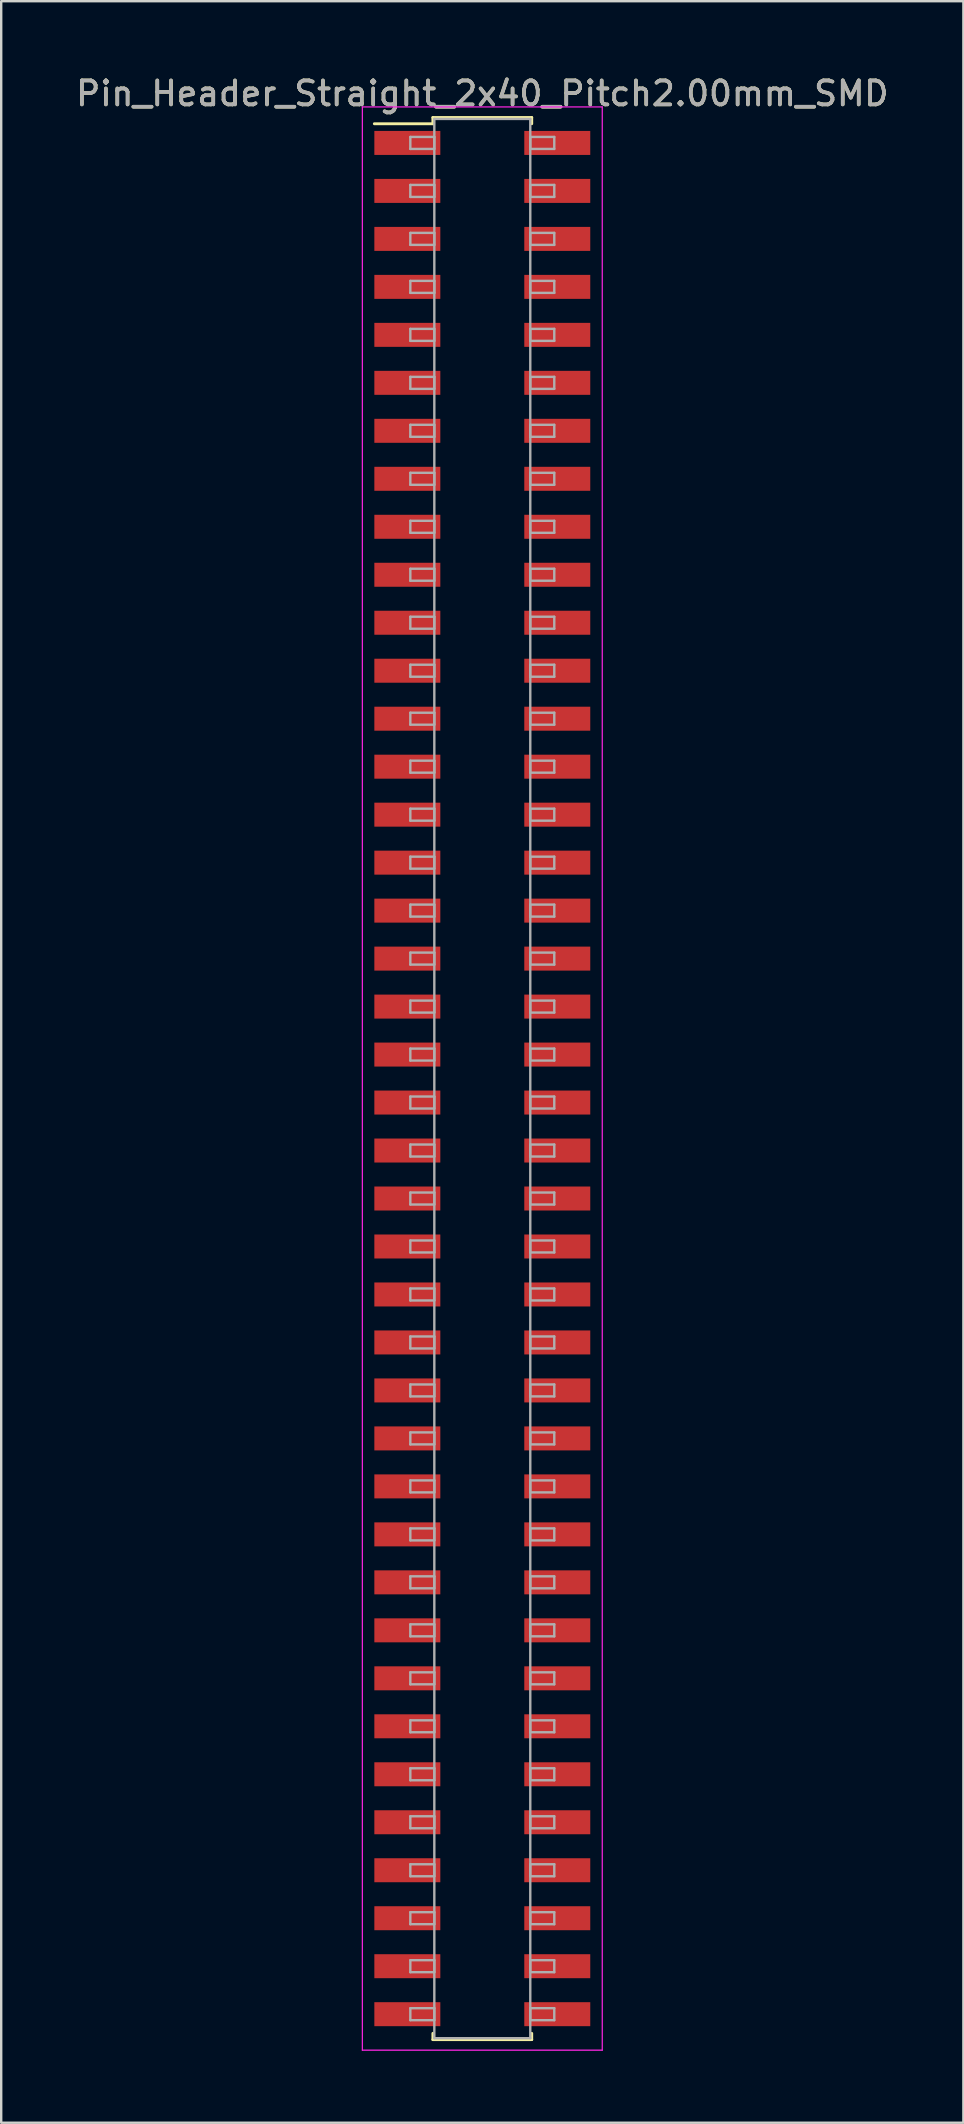
<source format=kicad_pcb>
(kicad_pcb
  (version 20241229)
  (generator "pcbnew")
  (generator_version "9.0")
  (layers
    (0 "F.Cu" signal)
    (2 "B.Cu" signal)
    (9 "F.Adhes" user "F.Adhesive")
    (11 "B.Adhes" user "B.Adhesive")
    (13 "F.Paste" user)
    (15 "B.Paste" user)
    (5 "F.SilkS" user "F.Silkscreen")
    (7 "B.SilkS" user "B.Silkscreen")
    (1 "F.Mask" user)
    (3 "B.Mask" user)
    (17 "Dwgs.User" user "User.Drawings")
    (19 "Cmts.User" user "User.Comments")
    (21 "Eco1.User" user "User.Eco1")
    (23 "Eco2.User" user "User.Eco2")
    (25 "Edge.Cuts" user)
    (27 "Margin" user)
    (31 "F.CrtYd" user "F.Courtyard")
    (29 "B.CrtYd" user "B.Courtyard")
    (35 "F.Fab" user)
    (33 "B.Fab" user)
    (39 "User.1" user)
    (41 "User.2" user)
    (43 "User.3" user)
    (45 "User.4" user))
  (footprint "Pin_Header_Straight_2x40_Pitch2.00mm_SMD"
    (layer "F.Cu")
    (at 17.054 41.908)
    (property "Reference" "Pin_Header_Straight_2x40_Pitch2.00mm_SMD" (at 0 -41.06 0) (layer "F.SilkS") (effects (font (size 1 1) (thickness 0.15))))
    (attr smd)
    (fp_line (start -4.5 -39.8) (end -2.06 -39.8) (stroke (width 0.12) (type solid)) (layer "F.SilkS"))
    (fp_line (start -2.06 -40.06) (end 2.06 -40.06) (stroke (width 0.12) (type solid)) (layer "F.SilkS"))
    (fp_line (start -2.06 -39.8) (end -2.06 -40.06) (stroke (width 0.12) (type solid)) (layer "F.SilkS"))
    (fp_line (start -2.06 39.8) (end -2.06 40.06) (stroke (width 0.12) (type solid)) (layer "F.SilkS"))
    (fp_line (start -2.06 40.06) (end 2.06 40.06) (stroke (width 0.12) (type solid)) (layer "F.SilkS"))
    (fp_line (start 2.06 -40.06) (end 2.06 -39.8) (stroke (width 0.12) (type solid)) (layer "F.SilkS"))
    (fp_line (start 2.06 40.06) (end 2.06 39.8) (stroke (width 0.12) (type solid)) (layer "F.SilkS"))
    (fp_line (start -5 -40.5) (end -5 40.5) (stroke (width 0.05) (type solid)) (layer "F.CrtYd"))
    (fp_line (start -5 40.5) (end 5 40.5) (stroke (width 0.05) (type solid)) (layer "F.CrtYd"))
    (fp_line (start 5 -40.5) (end -5 -40.5) (stroke (width 0.05) (type solid)) (layer "F.CrtYd"))
    (fp_line (start 5 40.5) (end 5 -40.5) (stroke (width 0.05) (type solid)) (layer "F.CrtYd"))
    (fp_line (start -3 -39.25) (end -2 -39.25) (stroke (width 0.1) (type solid)) (layer "F.Fab"))
    (fp_line (start -3 -38.75) (end -3 -39.25) (stroke (width 0.1) (type solid)) (layer "F.Fab"))
    (fp_line (start -3 -37.25) (end -2 -37.25) (stroke (width 0.1) (type solid)) (layer "F.Fab"))
    (fp_line (start -3 -36.75) (end -3 -37.25) (stroke (width 0.1) (type solid)) (layer "F.Fab"))
    (fp_line (start -3 -35.25) (end -2 -35.25) (stroke (width 0.1) (type solid)) (layer "F.Fab"))
    (fp_line (start -3 -34.75) (end -3 -35.25) (stroke (width 0.1) (type solid)) (layer "F.Fab"))
    (fp_line (start -3 -33.25) (end -2 -33.25) (stroke (width 0.1) (type solid)) (layer "F.Fab"))
    (fp_line (start -3 -32.75) (end -3 -33.25) (stroke (width 0.1) (type solid)) (layer "F.Fab"))
    (fp_line (start -3 -31.25) (end -2 -31.25) (stroke (width 0.1) (type solid)) (layer "F.Fab"))
    (fp_line (start -3 -30.75) (end -3 -31.25) (stroke (width 0.1) (type solid)) (layer "F.Fab"))
    (fp_line (start -3 -29.25) (end -2 -29.25) (stroke (width 0.1) (type solid)) (layer "F.Fab"))
    (fp_line (start -3 -28.75) (end -3 -29.25) (stroke (width 0.1) (type solid)) (layer "F.Fab"))
    (fp_line (start -3 -27.25) (end -2 -27.25) (stroke (width 0.1) (type solid)) (layer "F.Fab"))
    (fp_line (start -3 -26.75) (end -3 -27.25) (stroke (width 0.1) (type solid)) (layer "F.Fab"))
    (fp_line (start -3 -25.25) (end -2 -25.25) (stroke (width 0.1) (type solid)) (layer "F.Fab"))
    (fp_line (start -3 -24.75) (end -3 -25.25) (stroke (width 0.1) (type solid)) (layer "F.Fab"))
    (fp_line (start -3 -23.25) (end -2 -23.25) (stroke (width 0.1) (type solid)) (layer "F.Fab"))
    (fp_line (start -3 -22.75) (end -3 -23.25) (stroke (width 0.1) (type solid)) (layer "F.Fab"))
    (fp_line (start -3 -21.25) (end -2 -21.25) (stroke (width 0.1) (type solid)) (layer "F.Fab"))
    (fp_line (start -3 -20.75) (end -3 -21.25) (stroke (width 0.1) (type solid)) (layer "F.Fab"))
    (fp_line (start -3 -19.25) (end -2 -19.25) (stroke (width 0.1) (type solid)) (layer "F.Fab"))
    (fp_line (start -3 -18.75) (end -3 -19.25) (stroke (width 0.1) (type solid)) (layer "F.Fab"))
    (fp_line (start -3 -17.25) (end -2 -17.25) (stroke (width 0.1) (type solid)) (layer "F.Fab"))
    (fp_line (start -3 -16.75) (end -3 -17.25) (stroke (width 0.1) (type solid)) (layer "F.Fab"))
    (fp_line (start -3 -15.25) (end -2 -15.25) (stroke (width 0.1) (type solid)) (layer "F.Fab"))
    (fp_line (start -3 -14.75) (end -3 -15.25) (stroke (width 0.1) (type solid)) (layer "F.Fab"))
    (fp_line (start -3 -13.25) (end -2 -13.25) (stroke (width 0.1) (type solid)) (layer "F.Fab"))
    (fp_line (start -3 -12.75) (end -3 -13.25) (stroke (width 0.1) (type solid)) (layer "F.Fab"))
    (fp_line (start -3 -11.25) (end -2 -11.25) (stroke (width 0.1) (type solid)) (layer "F.Fab"))
    (fp_line (start -3 -10.75) (end -3 -11.25) (stroke (width 0.1) (type solid)) (layer "F.Fab"))
    (fp_line (start -3 -9.25) (end -2 -9.25) (stroke (width 0.1) (type solid)) (layer "F.Fab"))
    (fp_line (start -3 -8.75) (end -3 -9.25) (stroke (width 0.1) (type solid)) (layer "F.Fab"))
    (fp_line (start -3 -7.25) (end -2 -7.25) (stroke (width 0.1) (type solid)) (layer "F.Fab"))
    (fp_line (start -3 -6.75) (end -3 -7.25) (stroke (width 0.1) (type solid)) (layer "F.Fab"))
    (fp_line (start -3 -5.25) (end -2 -5.25) (stroke (width 0.1) (type solid)) (layer "F.Fab"))
    (fp_line (start -3 -4.75) (end -3 -5.25) (stroke (width 0.1) (type solid)) (layer "F.Fab"))
    (fp_line (start -3 -3.25) (end -2 -3.25) (stroke (width 0.1) (type solid)) (layer "F.Fab"))
    (fp_line (start -3 -2.75) (end -3 -3.25) (stroke (width 0.1) (type solid)) (layer "F.Fab"))
    (fp_line (start -3 -1.25) (end -2 -1.25) (stroke (width 0.1) (type solid)) (layer "F.Fab"))
    (fp_line (start -3 -0.75) (end -3 -1.25) (stroke (width 0.1) (type solid)) (layer "F.Fab"))
    (fp_line (start -3 0.75) (end -2 0.75) (stroke (width 0.1) (type solid)) (layer "F.Fab"))
    (fp_line (start -3 1.25) (end -3 0.75) (stroke (width 0.1) (type solid)) (layer "F.Fab"))
    (fp_line (start -3 2.75) (end -2 2.75) (stroke (width 0.1) (type solid)) (layer "F.Fab"))
    (fp_line (start -3 3.25) (end -3 2.75) (stroke (width 0.1) (type solid)) (layer "F.Fab"))
    (fp_line (start -3 4.75) (end -2 4.75) (stroke (width 0.1) (type solid)) (layer "F.Fab"))
    (fp_line (start -3 5.25) (end -3 4.75) (stroke (width 0.1) (type solid)) (layer "F.Fab"))
    (fp_line (start -3 6.75) (end -2 6.75) (stroke (width 0.1) (type solid)) (layer "F.Fab"))
    (fp_line (start -3 7.25) (end -3 6.75) (stroke (width 0.1) (type solid)) (layer "F.Fab"))
    (fp_line (start -3 8.75) (end -2 8.75) (stroke (width 0.1) (type solid)) (layer "F.Fab"))
    (fp_line (start -3 9.25) (end -3 8.75) (stroke (width 0.1) (type solid)) (layer "F.Fab"))
    (fp_line (start -3 10.75) (end -2 10.75) (stroke (width 0.1) (type solid)) (layer "F.Fab"))
    (fp_line (start -3 11.25) (end -3 10.75) (stroke (width 0.1) (type solid)) (layer "F.Fab"))
    (fp_line (start -3 12.75) (end -2 12.75) (stroke (width 0.1) (type solid)) (layer "F.Fab"))
    (fp_line (start -3 13.25) (end -3 12.75) (stroke (width 0.1) (type solid)) (layer "F.Fab"))
    (fp_line (start -3 14.75) (end -2 14.75) (stroke (width 0.1) (type solid)) (layer "F.Fab"))
    (fp_line (start -3 15.25) (end -3 14.75) (stroke (width 0.1) (type solid)) (layer "F.Fab"))
    (fp_line (start -3 16.75) (end -2 16.75) (stroke (width 0.1) (type solid)) (layer "F.Fab"))
    (fp_line (start -3 17.25) (end -3 16.75) (stroke (width 0.1) (type solid)) (layer "F.Fab"))
    (fp_line (start -3 18.75) (end -2 18.75) (stroke (width 0.1) (type solid)) (layer "F.Fab"))
    (fp_line (start -3 19.25) (end -3 18.75) (stroke (width 0.1) (type solid)) (layer "F.Fab"))
    (fp_line (start -3 20.75) (end -2 20.75) (stroke (width 0.1) (type solid)) (layer "F.Fab"))
    (fp_line (start -3 21.25) (end -3 20.75) (stroke (width 0.1) (type solid)) (layer "F.Fab"))
    (fp_line (start -3 22.75) (end -2 22.75) (stroke (width 0.1) (type solid)) (layer "F.Fab"))
    (fp_line (start -3 23.25) (end -3 22.75) (stroke (width 0.1) (type solid)) (layer "F.Fab"))
    (fp_line (start -3 24.75) (end -2 24.75) (stroke (width 0.1) (type solid)) (layer "F.Fab"))
    (fp_line (start -3 25.25) (end -3 24.75) (stroke (width 0.1) (type solid)) (layer "F.Fab"))
    (fp_line (start -3 26.75) (end -2 26.75) (stroke (width 0.1) (type solid)) (layer "F.Fab"))
    (fp_line (start -3 27.25) (end -3 26.75) (stroke (width 0.1) (type solid)) (layer "F.Fab"))
    (fp_line (start -3 28.75) (end -2 28.75) (stroke (width 0.1) (type solid)) (layer "F.Fab"))
    (fp_line (start -3 29.25) (end -3 28.75) (stroke (width 0.1) (type solid)) (layer "F.Fab"))
    (fp_line (start -3 30.75) (end -2 30.75) (stroke (width 0.1) (type solid)) (layer "F.Fab"))
    (fp_line (start -3 31.25) (end -3 30.75) (stroke (width 0.1) (type solid)) (layer "F.Fab"))
    (fp_line (start -3 32.75) (end -2 32.75) (stroke (width 0.1) (type solid)) (layer "F.Fab"))
    (fp_line (start -3 33.25) (end -3 32.75) (stroke (width 0.1) (type solid)) (layer "F.Fab"))
    (fp_line (start -3 34.75) (end -2 34.75) (stroke (width 0.1) (type solid)) (layer "F.Fab"))
    (fp_line (start -3 35.25) (end -3 34.75) (stroke (width 0.1) (type solid)) (layer "F.Fab"))
    (fp_line (start -3 36.75) (end -2 36.75) (stroke (width 0.1) (type solid)) (layer "F.Fab"))
    (fp_line (start -3 37.25) (end -3 36.75) (stroke (width 0.1) (type solid)) (layer "F.Fab"))
    (fp_line (start -3 38.75) (end -2 38.75) (stroke (width 0.1) (type solid)) (layer "F.Fab"))
    (fp_line (start -3 39.25) (end -3 38.75) (stroke (width 0.1) (type solid)) (layer "F.Fab"))
    (fp_line (start -2 -40) (end -2 40) (stroke (width 0.1) (type solid)) (layer "F.Fab"))
    (fp_line (start -2 -39.25) (end -2 -38.75) (stroke (width 0.1) (type solid)) (layer "F.Fab"))
    (fp_line (start -2 -38.75) (end -3 -38.75) (stroke (width 0.1) (type solid)) (layer "F.Fab"))
    (fp_line (start -2 -37.25) (end -2 -36.75) (stroke (width 0.1) (type solid)) (layer "F.Fab"))
    (fp_line (start -2 -36.75) (end -3 -36.75) (stroke (width 0.1) (type solid)) (layer "F.Fab"))
    (fp_line (start -2 -35.25) (end -2 -34.75) (stroke (width 0.1) (type solid)) (layer "F.Fab"))
    (fp_line (start -2 -34.75) (end -3 -34.75) (stroke (width 0.1) (type solid)) (layer "F.Fab"))
    (fp_line (start -2 -33.25) (end -2 -32.75) (stroke (width 0.1) (type solid)) (layer "F.Fab"))
    (fp_line (start -2 -32.75) (end -3 -32.75) (stroke (width 0.1) (type solid)) (layer "F.Fab"))
    (fp_line (start -2 -31.25) (end -2 -30.75) (stroke (width 0.1) (type solid)) (layer "F.Fab"))
    (fp_line (start -2 -30.75) (end -3 -30.75) (stroke (width 0.1) (type solid)) (layer "F.Fab"))
    (fp_line (start -2 -29.25) (end -2 -28.75) (stroke (width 0.1) (type solid)) (layer "F.Fab"))
    (fp_line (start -2 -28.75) (end -3 -28.75) (stroke (width 0.1) (type solid)) (layer "F.Fab"))
    (fp_line (start -2 -27.25) (end -2 -26.75) (stroke (width 0.1) (type solid)) (layer "F.Fab"))
    (fp_line (start -2 -26.75) (end -3 -26.75) (stroke (width 0.1) (type solid)) (layer "F.Fab"))
    (fp_line (start -2 -25.25) (end -2 -24.75) (stroke (width 0.1) (type solid)) (layer "F.Fab"))
    (fp_line (start -2 -24.75) (end -3 -24.75) (stroke (width 0.1) (type solid)) (layer "F.Fab"))
    (fp_line (start -2 -23.25) (end -2 -22.75) (stroke (width 0.1) (type solid)) (layer "F.Fab"))
    (fp_line (start -2 -22.75) (end -3 -22.75) (stroke (width 0.1) (type solid)) (layer "F.Fab"))
    (fp_line (start -2 -21.25) (end -2 -20.75) (stroke (width 0.1) (type solid)) (layer "F.Fab"))
    (fp_line (start -2 -20.75) (end -3 -20.75) (stroke (width 0.1) (type solid)) (layer "F.Fab"))
    (fp_line (start -2 -19.25) (end -2 -18.75) (stroke (width 0.1) (type solid)) (layer "F.Fab"))
    (fp_line (start -2 -18.75) (end -3 -18.75) (stroke (width 0.1) (type solid)) (layer "F.Fab"))
    (fp_line (start -2 -17.25) (end -2 -16.75) (stroke (width 0.1) (type solid)) (layer "F.Fab"))
    (fp_line (start -2 -16.75) (end -3 -16.75) (stroke (width 0.1) (type solid)) (layer "F.Fab"))
    (fp_line (start -2 -15.25) (end -2 -14.75) (stroke (width 0.1) (type solid)) (layer "F.Fab"))
    (fp_line (start -2 -14.75) (end -3 -14.75) (stroke (width 0.1) (type solid)) (layer "F.Fab"))
    (fp_line (start -2 -13.25) (end -2 -12.75) (stroke (width 0.1) (type solid)) (layer "F.Fab"))
    (fp_line (start -2 -12.75) (end -3 -12.75) (stroke (width 0.1) (type solid)) (layer "F.Fab"))
    (fp_line (start -2 -11.25) (end -2 -10.75) (stroke (width 0.1) (type solid)) (layer "F.Fab"))
    (fp_line (start -2 -10.75) (end -3 -10.75) (stroke (width 0.1) (type solid)) (layer "F.Fab"))
    (fp_line (start -2 -9.25) (end -2 -8.75) (stroke (width 0.1) (type solid)) (layer "F.Fab"))
    (fp_line (start -2 -8.75) (end -3 -8.75) (stroke (width 0.1) (type solid)) (layer "F.Fab"))
    (fp_line (start -2 -7.25) (end -2 -6.75) (stroke (width 0.1) (type solid)) (layer "F.Fab"))
    (fp_line (start -2 -6.75) (end -3 -6.75) (stroke (width 0.1) (type solid)) (layer "F.Fab"))
    (fp_line (start -2 -5.25) (end -2 -4.75) (stroke (width 0.1) (type solid)) (layer "F.Fab"))
    (fp_line (start -2 -4.75) (end -3 -4.75) (stroke (width 0.1) (type solid)) (layer "F.Fab"))
    (fp_line (start -2 -3.25) (end -2 -2.75) (stroke (width 0.1) (type solid)) (layer "F.Fab"))
    (fp_line (start -2 -2.75) (end -3 -2.75) (stroke (width 0.1) (type solid)) (layer "F.Fab"))
    (fp_line (start -2 -1.25) (end -2 -0.75) (stroke (width 0.1) (type solid)) (layer "F.Fab"))
    (fp_line (start -2 -0.75) (end -3 -0.75) (stroke (width 0.1) (type solid)) (layer "F.Fab"))
    (fp_line (start -2 0.75) (end -2 1.25) (stroke (width 0.1) (type solid)) (layer "F.Fab"))
    (fp_line (start -2 1.25) (end -3 1.25) (stroke (width 0.1) (type solid)) (layer "F.Fab"))
    (fp_line (start -2 2.75) (end -2 3.25) (stroke (width 0.1) (type solid)) (layer "F.Fab"))
    (fp_line (start -2 3.25) (end -3 3.25) (stroke (width 0.1) (type solid)) (layer "F.Fab"))
    (fp_line (start -2 4.75) (end -2 5.25) (stroke (width 0.1) (type solid)) (layer "F.Fab"))
    (fp_line (start -2 5.25) (end -3 5.25) (stroke (width 0.1) (type solid)) (layer "F.Fab"))
    (fp_line (start -2 6.75) (end -2 7.25) (stroke (width 0.1) (type solid)) (layer "F.Fab"))
    (fp_line (start -2 7.25) (end -3 7.25) (stroke (width 0.1) (type solid)) (layer "F.Fab"))
    (fp_line (start -2 8.75) (end -2 9.25) (stroke (width 0.1) (type solid)) (layer "F.Fab"))
    (fp_line (start -2 9.25) (end -3 9.25) (stroke (width 0.1) (type solid)) (layer "F.Fab"))
    (fp_line (start -2 10.75) (end -2 11.25) (stroke (width 0.1) (type solid)) (layer "F.Fab"))
    (fp_line (start -2 11.25) (end -3 11.25) (stroke (width 0.1) (type solid)) (layer "F.Fab"))
    (fp_line (start -2 12.75) (end -2 13.25) (stroke (width 0.1) (type solid)) (layer "F.Fab"))
    (fp_line (start -2 13.25) (end -3 13.25) (stroke (width 0.1) (type solid)) (layer "F.Fab"))
    (fp_line (start -2 14.75) (end -2 15.25) (stroke (width 0.1) (type solid)) (layer "F.Fab"))
    (fp_line (start -2 15.25) (end -3 15.25) (stroke (width 0.1) (type solid)) (layer "F.Fab"))
    (fp_line (start -2 16.75) (end -2 17.25) (stroke (width 0.1) (type solid)) (layer "F.Fab"))
    (fp_line (start -2 17.25) (end -3 17.25) (stroke (width 0.1) (type solid)) (layer "F.Fab"))
    (fp_line (start -2 18.75) (end -2 19.25) (stroke (width 0.1) (type solid)) (layer "F.Fab"))
    (fp_line (start -2 19.25) (end -3 19.25) (stroke (width 0.1) (type solid)) (layer "F.Fab"))
    (fp_line (start -2 20.75) (end -2 21.25) (stroke (width 0.1) (type solid)) (layer "F.Fab"))
    (fp_line (start -2 21.25) (end -3 21.25) (stroke (width 0.1) (type solid)) (layer "F.Fab"))
    (fp_line (start -2 22.75) (end -2 23.25) (stroke (width 0.1) (type solid)) (layer "F.Fab"))
    (fp_line (start -2 23.25) (end -3 23.25) (stroke (width 0.1) (type solid)) (layer "F.Fab"))
    (fp_line (start -2 24.75) (end -2 25.25) (stroke (width 0.1) (type solid)) (layer "F.Fab"))
    (fp_line (start -2 25.25) (end -3 25.25) (stroke (width 0.1) (type solid)) (layer "F.Fab"))
    (fp_line (start -2 26.75) (end -2 27.25) (stroke (width 0.1) (type solid)) (layer "F.Fab"))
    (fp_line (start -2 27.25) (end -3 27.25) (stroke (width 0.1) (type solid)) (layer "F.Fab"))
    (fp_line (start -2 28.75) (end -2 29.25) (stroke (width 0.1) (type solid)) (layer "F.Fab"))
    (fp_line (start -2 29.25) (end -3 29.25) (stroke (width 0.1) (type solid)) (layer "F.Fab"))
    (fp_line (start -2 30.75) (end -2 31.25) (stroke (width 0.1) (type solid)) (layer "F.Fab"))
    (fp_line (start -2 31.25) (end -3 31.25) (stroke (width 0.1) (type solid)) (layer "F.Fab"))
    (fp_line (start -2 32.75) (end -2 33.25) (stroke (width 0.1) (type solid)) (layer "F.Fab"))
    (fp_line (start -2 33.25) (end -3 33.25) (stroke (width 0.1) (type solid)) (layer "F.Fab"))
    (fp_line (start -2 34.75) (end -2 35.25) (stroke (width 0.1) (type solid)) (layer "F.Fab"))
    (fp_line (start -2 35.25) (end -3 35.25) (stroke (width 0.1) (type solid)) (layer "F.Fab"))
    (fp_line (start -2 36.75) (end -2 37.25) (stroke (width 0.1) (type solid)) (layer "F.Fab"))
    (fp_line (start -2 37.25) (end -3 37.25) (stroke (width 0.1) (type solid)) (layer "F.Fab"))
    (fp_line (start -2 38.75) (end -2 39.25) (stroke (width 0.1) (type solid)) (layer "F.Fab"))
    (fp_line (start -2 39.25) (end -3 39.25) (stroke (width 0.1) (type solid)) (layer "F.Fab"))
    (fp_line (start -2 40) (end 2 40) (stroke (width 0.1) (type solid)) (layer "F.Fab"))
    (fp_line (start 2 -40) (end -2 -40) (stroke (width 0.1) (type solid)) (layer "F.Fab"))
    (fp_line (start 2 -39.25) (end 2 -38.75) (stroke (width 0.1) (type solid)) (layer "F.Fab"))
    (fp_line (start 2 -38.75) (end 3 -38.75) (stroke (width 0.1) (type solid)) (layer "F.Fab"))
    (fp_line (start 2 -37.25) (end 2 -36.75) (stroke (width 0.1) (type solid)) (layer "F.Fab"))
    (fp_line (start 2 -36.75) (end 3 -36.75) (stroke (width 0.1) (type solid)) (layer "F.Fab"))
    (fp_line (start 2 -35.25) (end 2 -34.75) (stroke (width 0.1) (type solid)) (layer "F.Fab"))
    (fp_line (start 2 -34.75) (end 3 -34.75) (stroke (width 0.1) (type solid)) (layer "F.Fab"))
    (fp_line (start 2 -33.25) (end 2 -32.75) (stroke (width 0.1) (type solid)) (layer "F.Fab"))
    (fp_line (start 2 -32.75) (end 3 -32.75) (stroke (width 0.1) (type solid)) (layer "F.Fab"))
    (fp_line (start 2 -31.25) (end 2 -30.75) (stroke (width 0.1) (type solid)) (layer "F.Fab"))
    (fp_line (start 2 -30.75) (end 3 -30.75) (stroke (width 0.1) (type solid)) (layer "F.Fab"))
    (fp_line (start 2 -29.25) (end 2 -28.75) (stroke (width 0.1) (type solid)) (layer "F.Fab"))
    (fp_line (start 2 -28.75) (end 3 -28.75) (stroke (width 0.1) (type solid)) (layer "F.Fab"))
    (fp_line (start 2 -27.25) (end 2 -26.75) (stroke (width 0.1) (type solid)) (layer "F.Fab"))
    (fp_line (start 2 -26.75) (end 3 -26.75) (stroke (width 0.1) (type solid)) (layer "F.Fab"))
    (fp_line (start 2 -25.25) (end 2 -24.75) (stroke (width 0.1) (type solid)) (layer "F.Fab"))
    (fp_line (start 2 -24.75) (end 3 -24.75) (stroke (width 0.1) (type solid)) (layer "F.Fab"))
    (fp_line (start 2 -23.25) (end 2 -22.75) (stroke (width 0.1) (type solid)) (layer "F.Fab"))
    (fp_line (start 2 -22.75) (end 3 -22.75) (stroke (width 0.1) (type solid)) (layer "F.Fab"))
    (fp_line (start 2 -21.25) (end 2 -20.75) (stroke (width 0.1) (type solid)) (layer "F.Fab"))
    (fp_line (start 2 -20.75) (end 3 -20.75) (stroke (width 0.1) (type solid)) (layer "F.Fab"))
    (fp_line (start 2 -19.25) (end 2 -18.75) (stroke (width 0.1) (type solid)) (layer "F.Fab"))
    (fp_line (start 2 -18.75) (end 3 -18.75) (stroke (width 0.1) (type solid)) (layer "F.Fab"))
    (fp_line (start 2 -17.25) (end 2 -16.75) (stroke (width 0.1) (type solid)) (layer "F.Fab"))
    (fp_line (start 2 -16.75) (end 3 -16.75) (stroke (width 0.1) (type solid)) (layer "F.Fab"))
    (fp_line (start 2 -15.25) (end 2 -14.75) (stroke (width 0.1) (type solid)) (layer "F.Fab"))
    (fp_line (start 2 -14.75) (end 3 -14.75) (stroke (width 0.1) (type solid)) (layer "F.Fab"))
    (fp_line (start 2 -13.25) (end 2 -12.75) (stroke (width 0.1) (type solid)) (layer "F.Fab"))
    (fp_line (start 2 -12.75) (end 3 -12.75) (stroke (width 0.1) (type solid)) (layer "F.Fab"))
    (fp_line (start 2 -11.25) (end 2 -10.75) (stroke (width 0.1) (type solid)) (layer "F.Fab"))
    (fp_line (start 2 -10.75) (end 3 -10.75) (stroke (width 0.1) (type solid)) (layer "F.Fab"))
    (fp_line (start 2 -9.25) (end 2 -8.75) (stroke (width 0.1) (type solid)) (layer "F.Fab"))
    (fp_line (start 2 -8.75) (end 3 -8.75) (stroke (width 0.1) (type solid)) (layer "F.Fab"))
    (fp_line (start 2 -7.25) (end 2 -6.75) (stroke (width 0.1) (type solid)) (layer "F.Fab"))
    (fp_line (start 2 -6.75) (end 3 -6.75) (stroke (width 0.1) (type solid)) (layer "F.Fab"))
    (fp_line (start 2 -5.25) (end 2 -4.75) (stroke (width 0.1) (type solid)) (layer "F.Fab"))
    (fp_line (start 2 -4.75) (end 3 -4.75) (stroke (width 0.1) (type solid)) (layer "F.Fab"))
    (fp_line (start 2 -3.25) (end 2 -2.75) (stroke (width 0.1) (type solid)) (layer "F.Fab"))
    (fp_line (start 2 -2.75) (end 3 -2.75) (stroke (width 0.1) (type solid)) (layer "F.Fab"))
    (fp_line (start 2 -1.25) (end 2 -0.75) (stroke (width 0.1) (type solid)) (layer "F.Fab"))
    (fp_line (start 2 -0.75) (end 3 -0.75) (stroke (width 0.1) (type solid)) (layer "F.Fab"))
    (fp_line (start 2 0.75) (end 2 1.25) (stroke (width 0.1) (type solid)) (layer "F.Fab"))
    (fp_line (start 2 1.25) (end 3 1.25) (stroke (width 0.1) (type solid)) (layer "F.Fab"))
    (fp_line (start 2 2.75) (end 2 3.25) (stroke (width 0.1) (type solid)) (layer "F.Fab"))
    (fp_line (start 2 3.25) (end 3 3.25) (stroke (width 0.1) (type solid)) (layer "F.Fab"))
    (fp_line (start 2 4.75) (end 2 5.25) (stroke (width 0.1) (type solid)) (layer "F.Fab"))
    (fp_line (start 2 5.25) (end 3 5.25) (stroke (width 0.1) (type solid)) (layer "F.Fab"))
    (fp_line (start 2 6.75) (end 2 7.25) (stroke (width 0.1) (type solid)) (layer "F.Fab"))
    (fp_line (start 2 7.25) (end 3 7.25) (stroke (width 0.1) (type solid)) (layer "F.Fab"))
    (fp_line (start 2 8.75) (end 2 9.25) (stroke (width 0.1) (type solid)) (layer "F.Fab"))
    (fp_line (start 2 9.25) (end 3 9.25) (stroke (width 0.1) (type solid)) (layer "F.Fab"))
    (fp_line (start 2 10.75) (end 2 11.25) (stroke (width 0.1) (type solid)) (layer "F.Fab"))
    (fp_line (start 2 11.25) (end 3 11.25) (stroke (width 0.1) (type solid)) (layer "F.Fab"))
    (fp_line (start 2 12.75) (end 2 13.25) (stroke (width 0.1) (type solid)) (layer "F.Fab"))
    (fp_line (start 2 13.25) (end 3 13.25) (stroke (width 0.1) (type solid)) (layer "F.Fab"))
    (fp_line (start 2 14.75) (end 2 15.25) (stroke (width 0.1) (type solid)) (layer "F.Fab"))
    (fp_line (start 2 15.25) (end 3 15.25) (stroke (width 0.1) (type solid)) (layer "F.Fab"))
    (fp_line (start 2 16.75) (end 2 17.25) (stroke (width 0.1) (type solid)) (layer "F.Fab"))
    (fp_line (start 2 17.25) (end 3 17.25) (stroke (width 0.1) (type solid)) (layer "F.Fab"))
    (fp_line (start 2 18.75) (end 2 19.25) (stroke (width 0.1) (type solid)) (layer "F.Fab"))
    (fp_line (start 2 19.25) (end 3 19.25) (stroke (width 0.1) (type solid)) (layer "F.Fab"))
    (fp_line (start 2 20.75) (end 2 21.25) (stroke (width 0.1) (type solid)) (layer "F.Fab"))
    (fp_line (start 2 21.25) (end 3 21.25) (stroke (width 0.1) (type solid)) (layer "F.Fab"))
    (fp_line (start 2 22.75) (end 2 23.25) (stroke (width 0.1) (type solid)) (layer "F.Fab"))
    (fp_line (start 2 23.25) (end 3 23.25) (stroke (width 0.1) (type solid)) (layer "F.Fab"))
    (fp_line (start 2 24.75) (end 2 25.25) (stroke (width 0.1) (type solid)) (layer "F.Fab"))
    (fp_line (start 2 25.25) (end 3 25.25) (stroke (width 0.1) (type solid)) (layer "F.Fab"))
    (fp_line (start 2 26.75) (end 2 27.25) (stroke (width 0.1) (type solid)) (layer "F.Fab"))
    (fp_line (start 2 27.25) (end 3 27.25) (stroke (width 0.1) (type solid)) (layer "F.Fab"))
    (fp_line (start 2 28.75) (end 2 29.25) (stroke (width 0.1) (type solid)) (layer "F.Fab"))
    (fp_line (start 2 29.25) (end 3 29.25) (stroke (width 0.1) (type solid)) (layer "F.Fab"))
    (fp_line (start 2 30.75) (end 2 31.25) (stroke (width 0.1) (type solid)) (layer "F.Fab"))
    (fp_line (start 2 31.25) (end 3 31.25) (stroke (width 0.1) (type solid)) (layer "F.Fab"))
    (fp_line (start 2 32.75) (end 2 33.25) (stroke (width 0.1) (type solid)) (layer "F.Fab"))
    (fp_line (start 2 33.25) (end 3 33.25) (stroke (width 0.1) (type solid)) (layer "F.Fab"))
    (fp_line (start 2 34.75) (end 2 35.25) (stroke (width 0.1) (type solid)) (layer "F.Fab"))
    (fp_line (start 2 35.25) (end 3 35.25) (stroke (width 0.1) (type solid)) (layer "F.Fab"))
    (fp_line (start 2 36.75) (end 2 37.25) (stroke (width 0.1) (type solid)) (layer "F.Fab"))
    (fp_line (start 2 37.25) (end 3 37.25) (stroke (width 0.1) (type solid)) (layer "F.Fab"))
    (fp_line (start 2 38.75) (end 2 39.25) (stroke (width 0.1) (type solid)) (layer "F.Fab"))
    (fp_line (start 2 39.25) (end 3 39.25) (stroke (width 0.1) (type solid)) (layer "F.Fab"))
    (fp_line (start 2 40) (end 2 -40) (stroke (width 0.1) (type solid)) (layer "F.Fab"))
    (fp_line (start 3 -39.25) (end 2 -39.25) (stroke (width 0.1) (type solid)) (layer "F.Fab"))
    (fp_line (start 3 -38.75) (end 3 -39.25) (stroke (width 0.1) (type solid)) (layer "F.Fab"))
    (fp_line (start 3 -37.25) (end 2 -37.25) (stroke (width 0.1) (type solid)) (layer "F.Fab"))
    (fp_line (start 3 -36.75) (end 3 -37.25) (stroke (width 0.1) (type solid)) (layer "F.Fab"))
    (fp_line (start 3 -35.25) (end 2 -35.25) (stroke (width 0.1) (type solid)) (layer "F.Fab"))
    (fp_line (start 3 -34.75) (end 3 -35.25) (stroke (width 0.1) (type solid)) (layer "F.Fab"))
    (fp_line (start 3 -33.25) (end 2 -33.25) (stroke (width 0.1) (type solid)) (layer "F.Fab"))
    (fp_line (start 3 -32.75) (end 3 -33.25) (stroke (width 0.1) (type solid)) (layer "F.Fab"))
    (fp_line (start 3 -31.25) (end 2 -31.25) (stroke (width 0.1) (type solid)) (layer "F.Fab"))
    (fp_line (start 3 -30.75) (end 3 -31.25) (stroke (width 0.1) (type solid)) (layer "F.Fab"))
    (fp_line (start 3 -29.25) (end 2 -29.25) (stroke (width 0.1) (type solid)) (layer "F.Fab"))
    (fp_line (start 3 -28.75) (end 3 -29.25) (stroke (width 0.1) (type solid)) (layer "F.Fab"))
    (fp_line (start 3 -27.25) (end 2 -27.25) (stroke (width 0.1) (type solid)) (layer "F.Fab"))
    (fp_line (start 3 -26.75) (end 3 -27.25) (stroke (width 0.1) (type solid)) (layer "F.Fab"))
    (fp_line (start 3 -25.25) (end 2 -25.25) (stroke (width 0.1) (type solid)) (layer "F.Fab"))
    (fp_line (start 3 -24.75) (end 3 -25.25) (stroke (width 0.1) (type solid)) (layer "F.Fab"))
    (fp_line (start 3 -23.25) (end 2 -23.25) (stroke (width 0.1) (type solid)) (layer "F.Fab"))
    (fp_line (start 3 -22.75) (end 3 -23.25) (stroke (width 0.1) (type solid)) (layer "F.Fab"))
    (fp_line (start 3 -21.25) (end 2 -21.25) (stroke (width 0.1) (type solid)) (layer "F.Fab"))
    (fp_line (start 3 -20.75) (end 3 -21.25) (stroke (width 0.1) (type solid)) (layer "F.Fab"))
    (fp_line (start 3 -19.25) (end 2 -19.25) (stroke (width 0.1) (type solid)) (layer "F.Fab"))
    (fp_line (start 3 -18.75) (end 3 -19.25) (stroke (width 0.1) (type solid)) (layer "F.Fab"))
    (fp_line (start 3 -17.25) (end 2 -17.25) (stroke (width 0.1) (type solid)) (layer "F.Fab"))
    (fp_line (start 3 -16.75) (end 3 -17.25) (stroke (width 0.1) (type solid)) (layer "F.Fab"))
    (fp_line (start 3 -15.25) (end 2 -15.25) (stroke (width 0.1) (type solid)) (layer "F.Fab"))
    (fp_line (start 3 -14.75) (end 3 -15.25) (stroke (width 0.1) (type solid)) (layer "F.Fab"))
    (fp_line (start 3 -13.25) (end 2 -13.25) (stroke (width 0.1) (type solid)) (layer "F.Fab"))
    (fp_line (start 3 -12.75) (end 3 -13.25) (stroke (width 0.1) (type solid)) (layer "F.Fab"))
    (fp_line (start 3 -11.25) (end 2 -11.25) (stroke (width 0.1) (type solid)) (layer "F.Fab"))
    (fp_line (start 3 -10.75) (end 3 -11.25) (stroke (width 0.1) (type solid)) (layer "F.Fab"))
    (fp_line (start 3 -9.25) (end 2 -9.25) (stroke (width 0.1) (type solid)) (layer "F.Fab"))
    (fp_line (start 3 -8.75) (end 3 -9.25) (stroke (width 0.1) (type solid)) (layer "F.Fab"))
    (fp_line (start 3 -7.25) (end 2 -7.25) (stroke (width 0.1) (type solid)) (layer "F.Fab"))
    (fp_line (start 3 -6.75) (end 3 -7.25) (stroke (width 0.1) (type solid)) (layer "F.Fab"))
    (fp_line (start 3 -5.25) (end 2 -5.25) (stroke (width 0.1) (type solid)) (layer "F.Fab"))
    (fp_line (start 3 -4.75) (end 3 -5.25) (stroke (width 0.1) (type solid)) (layer "F.Fab"))
    (fp_line (start 3 -3.25) (end 2 -3.25) (stroke (width 0.1) (type solid)) (layer "F.Fab"))
    (fp_line (start 3 -2.75) (end 3 -3.25) (stroke (width 0.1) (type solid)) (layer "F.Fab"))
    (fp_line (start 3 -1.25) (end 2 -1.25) (stroke (width 0.1) (type solid)) (layer "F.Fab"))
    (fp_line (start 3 -0.75) (end 3 -1.25) (stroke (width 0.1) (type solid)) (layer "F.Fab"))
    (fp_line (start 3 0.75) (end 2 0.75) (stroke (width 0.1) (type solid)) (layer "F.Fab"))
    (fp_line (start 3 1.25) (end 3 0.75) (stroke (width 0.1) (type solid)) (layer "F.Fab"))
    (fp_line (start 3 2.75) (end 2 2.75) (stroke (width 0.1) (type solid)) (layer "F.Fab"))
    (fp_line (start 3 3.25) (end 3 2.75) (stroke (width 0.1) (type solid)) (layer "F.Fab"))
    (fp_line (start 3 4.75) (end 2 4.75) (stroke (width 0.1) (type solid)) (layer "F.Fab"))
    (fp_line (start 3 5.25) (end 3 4.75) (stroke (width 0.1) (type solid)) (layer "F.Fab"))
    (fp_line (start 3 6.75) (end 2 6.75) (stroke (width 0.1) (type solid)) (layer "F.Fab"))
    (fp_line (start 3 7.25) (end 3 6.75) (stroke (width 0.1) (type solid)) (layer "F.Fab"))
    (fp_line (start 3 8.75) (end 2 8.75) (stroke (width 0.1) (type solid)) (layer "F.Fab"))
    (fp_line (start 3 9.25) (end 3 8.75) (stroke (width 0.1) (type solid)) (layer "F.Fab"))
    (fp_line (start 3 10.75) (end 2 10.75) (stroke (width 0.1) (type solid)) (layer "F.Fab"))
    (fp_line (start 3 11.25) (end 3 10.75) (stroke (width 0.1) (type solid)) (layer "F.Fab"))
    (fp_line (start 3 12.75) (end 2 12.75) (stroke (width 0.1) (type solid)) (layer "F.Fab"))
    (fp_line (start 3 13.25) (end 3 12.75) (stroke (width 0.1) (type solid)) (layer "F.Fab"))
    (fp_line (start 3 14.75) (end 2 14.75) (stroke (width 0.1) (type solid)) (layer "F.Fab"))
    (fp_line (start 3 15.25) (end 3 14.75) (stroke (width 0.1) (type solid)) (layer "F.Fab"))
    (fp_line (start 3 16.75) (end 2 16.75) (stroke (width 0.1) (type solid)) (layer "F.Fab"))
    (fp_line (start 3 17.25) (end 3 16.75) (stroke (width 0.1) (type solid)) (layer "F.Fab"))
    (fp_line (start 3 18.75) (end 2 18.75) (stroke (width 0.1) (type solid)) (layer "F.Fab"))
    (fp_line (start 3 19.25) (end 3 18.75) (stroke (width 0.1) (type solid)) (layer "F.Fab"))
    (fp_line (start 3 20.75) (end 2 20.75) (stroke (width 0.1) (type solid)) (layer "F.Fab"))
    (fp_line (start 3 21.25) (end 3 20.75) (stroke (width 0.1) (type solid)) (layer "F.Fab"))
    (fp_line (start 3 22.75) (end 2 22.75) (stroke (width 0.1) (type solid)) (layer "F.Fab"))
    (fp_line (start 3 23.25) (end 3 22.75) (stroke (width 0.1) (type solid)) (layer "F.Fab"))
    (fp_line (start 3 24.75) (end 2 24.75) (stroke (width 0.1) (type solid)) (layer "F.Fab"))
    (fp_line (start 3 25.25) (end 3 24.75) (stroke (width 0.1) (type solid)) (layer "F.Fab"))
    (fp_line (start 3 26.75) (end 2 26.75) (stroke (width 0.1) (type solid)) (layer "F.Fab"))
    (fp_line (start 3 27.25) (end 3 26.75) (stroke (width 0.1) (type solid)) (layer "F.Fab"))
    (fp_line (start 3 28.75) (end 2 28.75) (stroke (width 0.1) (type solid)) (layer "F.Fab"))
    (fp_line (start 3 29.25) (end 3 28.75) (stroke (width 0.1) (type solid)) (layer "F.Fab"))
    (fp_line (start 3 30.75) (end 2 30.75) (stroke (width 0.1) (type solid)) (layer "F.Fab"))
    (fp_line (start 3 31.25) (end 3 30.75) (stroke (width 0.1) (type solid)) (layer "F.Fab"))
    (fp_line (start 3 32.75) (end 2 32.75) (stroke (width 0.1) (type solid)) (layer "F.Fab"))
    (fp_line (start 3 33.25) (end 3 32.75) (stroke (width 0.1) (type solid)) (layer "F.Fab"))
    (fp_line (start 3 34.75) (end 2 34.75) (stroke (width 0.1) (type solid)) (layer "F.Fab"))
    (fp_line (start 3 35.25) (end 3 34.75) (stroke (width 0.1) (type solid)) (layer "F.Fab"))
    (fp_line (start 3 36.75) (end 2 36.75) (stroke (width 0.1) (type solid)) (layer "F.Fab"))
    (fp_line (start 3 37.25) (end 3 36.75) (stroke (width 0.1) (type solid)) (layer "F.Fab"))
    (fp_line (start 3 38.75) (end 2 38.75) (stroke (width 0.1) (type solid)) (layer "F.Fab"))
    (fp_line (start 3 39.25) (end 3 38.75) (stroke (width 0.1) (type solid)) (layer "F.Fab"))
    (fp_text user "${REFERENCE}" (at 0 -41.06 0) (layer "F.Fab") (effects (font (size 1 1) (thickness 0.15))))
    (pad "1" smd rect (at -3.125 -39) (size 2.75 1) (layers "F.Cu" "F.Mask" "F.Paste"))
    (pad "2" smd rect (at 3.125 -39) (size 2.75 1) (layers "F.Cu" "F.Mask" "F.Paste"))
    (pad "3" smd rect (at -3.125 -37) (size 2.75 1) (layers "F.Cu" "F.Mask" "F.Paste"))
    (pad "4" smd rect (at 3.125 -37) (size 2.75 1) (layers "F.Cu" "F.Mask" "F.Paste"))
    (pad "5" smd rect (at -3.125 -35) (size 2.75 1) (layers "F.Cu" "F.Mask" "F.Paste"))
    (pad "6" smd rect (at 3.125 -35) (size 2.75 1) (layers "F.Cu" "F.Mask" "F.Paste"))
    (pad "7" smd rect (at -3.125 -33) (size 2.75 1) (layers "F.Cu" "F.Mask" "F.Paste"))
    (pad "8" smd rect (at 3.125 -33) (size 2.75 1) (layers "F.Cu" "F.Mask" "F.Paste"))
    (pad "9" smd rect (at -3.125 -31) (size 2.75 1) (layers "F.Cu" "F.Mask" "F.Paste"))
    (pad "10" smd rect (at 3.125 -31) (size 2.75 1) (layers "F.Cu" "F.Mask" "F.Paste"))
    (pad "11" smd rect (at -3.125 -29) (size 2.75 1) (layers "F.Cu" "F.Mask" "F.Paste"))
    (pad "12" smd rect (at 3.125 -29) (size 2.75 1) (layers "F.Cu" "F.Mask" "F.Paste"))
    (pad "13" smd rect (at -3.125 -27) (size 2.75 1) (layers "F.Cu" "F.Mask" "F.Paste"))
    (pad "14" smd rect (at 3.125 -27) (size 2.75 1) (layers "F.Cu" "F.Mask" "F.Paste"))
    (pad "15" smd rect (at -3.125 -25) (size 2.75 1) (layers "F.Cu" "F.Mask" "F.Paste"))
    (pad "16" smd rect (at 3.125 -25) (size 2.75 1) (layers "F.Cu" "F.Mask" "F.Paste"))
    (pad "17" smd rect (at -3.125 -23) (size 2.75 1) (layers "F.Cu" "F.Mask" "F.Paste"))
    (pad "18" smd rect (at 3.125 -23) (size 2.75 1) (layers "F.Cu" "F.Mask" "F.Paste"))
    (pad "19" smd rect (at -3.125 -21) (size 2.75 1) (layers "F.Cu" "F.Mask" "F.Paste"))
    (pad "20" smd rect (at 3.125 -21) (size 2.75 1) (layers "F.Cu" "F.Mask" "F.Paste"))
    (pad "21" smd rect (at -3.125 -19) (size 2.75 1) (layers "F.Cu" "F.Mask" "F.Paste"))
    (pad "22" smd rect (at 3.125 -19) (size 2.75 1) (layers "F.Cu" "F.Mask" "F.Paste"))
    (pad "23" smd rect (at -3.125 -17) (size 2.75 1) (layers "F.Cu" "F.Mask" "F.Paste"))
    (pad "24" smd rect (at 3.125 -17) (size 2.75 1) (layers "F.Cu" "F.Mask" "F.Paste"))
    (pad "25" smd rect (at -3.125 -15) (size 2.75 1) (layers "F.Cu" "F.Mask" "F.Paste"))
    (pad "26" smd rect (at 3.125 -15) (size 2.75 1) (layers "F.Cu" "F.Mask" "F.Paste"))
    (pad "27" smd rect (at -3.125 -13) (size 2.75 1) (layers "F.Cu" "F.Mask" "F.Paste"))
    (pad "28" smd rect (at 3.125 -13) (size 2.75 1) (layers "F.Cu" "F.Mask" "F.Paste"))
    (pad "29" smd rect (at -3.125 -11) (size 2.75 1) (layers "F.Cu" "F.Mask" "F.Paste"))
    (pad "30" smd rect (at 3.125 -11) (size 2.75 1) (layers "F.Cu" "F.Mask" "F.Paste"))
    (pad "31" smd rect (at -3.125 -9) (size 2.75 1) (layers "F.Cu" "F.Mask" "F.Paste"))
    (pad "32" smd rect (at 3.125 -9) (size 2.75 1) (layers "F.Cu" "F.Mask" "F.Paste"))
    (pad "33" smd rect (at -3.125 -7) (size 2.75 1) (layers "F.Cu" "F.Mask" "F.Paste"))
    (pad "34" smd rect (at 3.125 -7) (size 2.75 1) (layers "F.Cu" "F.Mask" "F.Paste"))
    (pad "35" smd rect (at -3.125 -5) (size 2.75 1) (layers "F.Cu" "F.Mask" "F.Paste"))
    (pad "36" smd rect (at 3.125 -5) (size 2.75 1) (layers "F.Cu" "F.Mask" "F.Paste"))
    (pad "37" smd rect (at -3.125 -3) (size 2.75 1) (layers "F.Cu" "F.Mask" "F.Paste"))
    (pad "38" smd rect (at 3.125 -3) (size 2.75 1) (layers "F.Cu" "F.Mask" "F.Paste"))
    (pad "39" smd rect (at -3.125 -1) (size 2.75 1) (layers "F.Cu" "F.Mask" "F.Paste"))
    (pad "40" smd rect (at 3.125 -1) (size 2.75 1) (layers "F.Cu" "F.Mask" "F.Paste"))
    (pad "41" smd rect (at -3.125 1) (size 2.75 1) (layers "F.Cu" "F.Mask" "F.Paste"))
    (pad "42" smd rect (at 3.125 1) (size 2.75 1) (layers "F.Cu" "F.Mask" "F.Paste"))
    (pad "43" smd rect (at -3.125 3) (size 2.75 1) (layers "F.Cu" "F.Mask" "F.Paste"))
    (pad "44" smd rect (at 3.125 3) (size 2.75 1) (layers "F.Cu" "F.Mask" "F.Paste"))
    (pad "45" smd rect (at -3.125 5) (size 2.75 1) (layers "F.Cu" "F.Mask" "F.Paste"))
    (pad "46" smd rect (at 3.125 5) (size 2.75 1) (layers "F.Cu" "F.Mask" "F.Paste"))
    (pad "47" smd rect (at -3.125 7) (size 2.75 1) (layers "F.Cu" "F.Mask" "F.Paste"))
    (pad "48" smd rect (at 3.125 7) (size 2.75 1) (layers "F.Cu" "F.Mask" "F.Paste"))
    (pad "49" smd rect (at -3.125 9) (size 2.75 1) (layers "F.Cu" "F.Mask" "F.Paste"))
    (pad "50" smd rect (at 3.125 9) (size 2.75 1) (layers "F.Cu" "F.Mask" "F.Paste"))
    (pad "51" smd rect (at -3.125 11) (size 2.75 1) (layers "F.Cu" "F.Mask" "F.Paste"))
    (pad "52" smd rect (at 3.125 11) (size 2.75 1) (layers "F.Cu" "F.Mask" "F.Paste"))
    (pad "53" smd rect (at -3.125 13) (size 2.75 1) (layers "F.Cu" "F.Mask" "F.Paste"))
    (pad "54" smd rect (at 3.125 13) (size 2.75 1) (layers "F.Cu" "F.Mask" "F.Paste"))
    (pad "55" smd rect (at -3.125 15) (size 2.75 1) (layers "F.Cu" "F.Mask" "F.Paste"))
    (pad "56" smd rect (at 3.125 15) (size 2.75 1) (layers "F.Cu" "F.Mask" "F.Paste"))
    (pad "57" smd rect (at -3.125 17) (size 2.75 1) (layers "F.Cu" "F.Mask" "F.Paste"))
    (pad "58" smd rect (at 3.125 17) (size 2.75 1) (layers "F.Cu" "F.Mask" "F.Paste"))
    (pad "59" smd rect (at -3.125 19) (size 2.75 1) (layers "F.Cu" "F.Mask" "F.Paste"))
    (pad "60" smd rect (at 3.125 19) (size 2.75 1) (layers "F.Cu" "F.Mask" "F.Paste"))
    (pad "61" smd rect (at -3.125 21) (size 2.75 1) (layers "F.Cu" "F.Mask" "F.Paste"))
    (pad "62" smd rect (at 3.125 21) (size 2.75 1) (layers "F.Cu" "F.Mask" "F.Paste"))
    (pad "63" smd rect (at -3.125 23) (size 2.75 1) (layers "F.Cu" "F.Mask" "F.Paste"))
    (pad "64" smd rect (at 3.125 23) (size 2.75 1) (layers "F.Cu" "F.Mask" "F.Paste"))
    (pad "65" smd rect (at -3.125 25) (size 2.75 1) (layers "F.Cu" "F.Mask" "F.Paste"))
    (pad "66" smd rect (at 3.125 25) (size 2.75 1) (layers "F.Cu" "F.Mask" "F.Paste"))
    (pad "67" smd rect (at -3.125 27) (size 2.75 1) (layers "F.Cu" "F.Mask" "F.Paste"))
    (pad "68" smd rect (at 3.125 27) (size 2.75 1) (layers "F.Cu" "F.Mask" "F.Paste"))
    (pad "69" smd rect (at -3.125 29) (size 2.75 1) (layers "F.Cu" "F.Mask" "F.Paste"))
    (pad "70" smd rect (at 3.125 29) (size 2.75 1) (layers "F.Cu" "F.Mask" "F.Paste"))
    (pad "71" smd rect (at -3.125 31) (size 2.75 1) (layers "F.Cu" "F.Mask" "F.Paste"))
    (pad "72" smd rect (at 3.125 31) (size 2.75 1) (layers "F.Cu" "F.Mask" "F.Paste"))
    (pad "73" smd rect (at -3.125 33) (size 2.75 1) (layers "F.Cu" "F.Mask" "F.Paste"))
    (pad "74" smd rect (at 3.125 33) (size 2.75 1) (layers "F.Cu" "F.Mask" "F.Paste"))
    (pad "75" smd rect (at -3.125 35) (size 2.75 1) (layers "F.Cu" "F.Mask" "F.Paste"))
    (pad "76" smd rect (at 3.125 35) (size 2.75 1) (layers "F.Cu" "F.Mask" "F.Paste"))
    (pad "77" smd rect (at -3.125 37) (size 2.75 1) (layers "F.Cu" "F.Mask" "F.Paste"))
    (pad "78" smd rect (at 3.125 37) (size 2.75 1) (layers "F.Cu" "F.Mask" "F.Paste"))
    (pad "79" smd rect (at -3.125 39) (size 2.75 1) (layers "F.Cu" "F.Mask" "F.Paste"))
    (pad "80" smd rect (at 3.125 39) (size 2.75 1) (layers "F.Cu" "F.Mask" "F.Paste")))
  (gr_rect
    (start -3 -3)
    (end 37.107 85.433)
    (stroke (width 0.1) (type default))
    (fill no)
    (layer "Edge.Cuts")))
</source>
